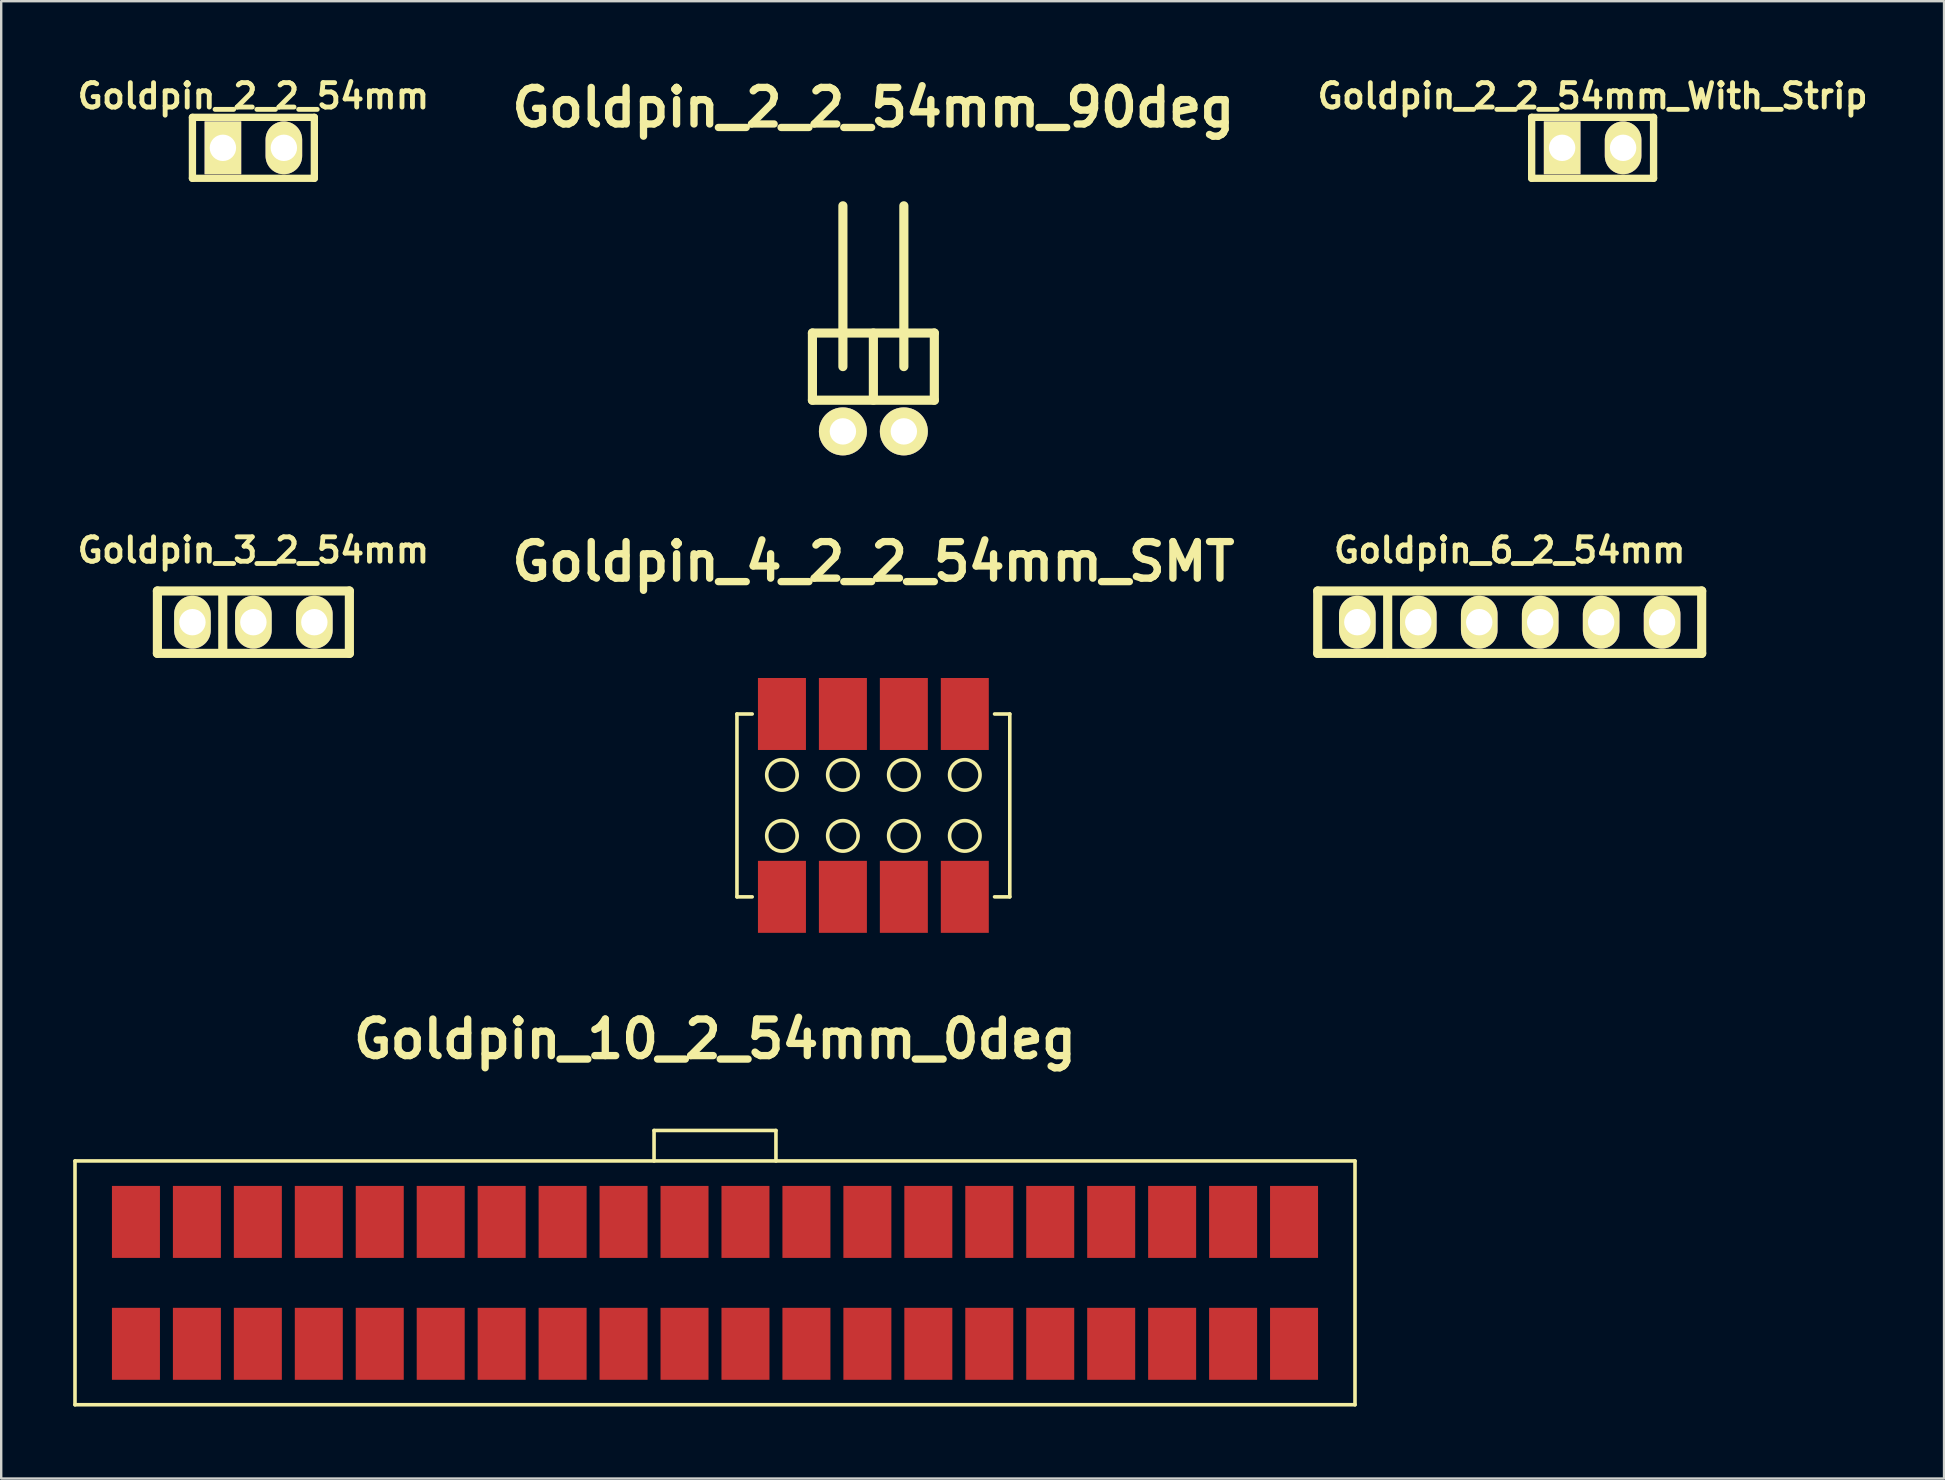
<source format=kicad_pcb>
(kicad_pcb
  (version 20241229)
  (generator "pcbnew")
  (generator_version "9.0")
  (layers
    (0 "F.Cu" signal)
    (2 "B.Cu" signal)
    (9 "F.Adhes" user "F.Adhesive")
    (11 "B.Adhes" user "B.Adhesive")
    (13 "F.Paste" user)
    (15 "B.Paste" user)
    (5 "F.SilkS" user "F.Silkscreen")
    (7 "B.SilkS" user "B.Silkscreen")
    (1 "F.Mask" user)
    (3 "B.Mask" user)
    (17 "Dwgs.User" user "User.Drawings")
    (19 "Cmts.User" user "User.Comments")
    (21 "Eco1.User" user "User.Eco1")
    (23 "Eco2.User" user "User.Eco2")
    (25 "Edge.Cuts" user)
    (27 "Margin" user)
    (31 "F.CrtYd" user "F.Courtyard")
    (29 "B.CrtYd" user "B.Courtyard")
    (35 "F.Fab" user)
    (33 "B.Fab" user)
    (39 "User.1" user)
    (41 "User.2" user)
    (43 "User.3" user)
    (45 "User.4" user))
  (footprint "Goldpin_4_2_2_54mm_SMT"
    (layer "F.Cu")
    (at 33.345 30.513)
    (property "Reference" "Goldpin_4_2_2_54mm_SMT" (at 0 -10.16 0) (layer "F.SilkS") (effects (font (size 1.524 1.524) (thickness 0.305))))
    (attr through_hole)
    (fp_line (start -5.685 -3.81) (end -5.685 3.81) (stroke (width 0.15) (type solid)) (layer "F.SilkS"))
    (fp_line (start -5.685 3.81) (end -5.05 3.81) (stroke (width 0.15) (type solid)) (layer "F.SilkS"))
    (fp_line (start -5.05 -3.81) (end -5.685 -3.81) (stroke (width 0.15) (type solid)) (layer "F.SilkS"))
    (fp_line (start 5.05 -3.81) (end 5.685 -3.81) (stroke (width 0.15) (type solid)) (layer "F.SilkS"))
    (fp_line (start 5.685 -3.81) (end 5.685 3.81) (stroke (width 0.15) (type solid)) (layer "F.SilkS"))
    (fp_line (start 5.685 3.81) (end 5.05 3.81) (stroke (width 0.15) (type solid)) (layer "F.SilkS"))
    (fp_circle (center -3.81 -1.27) (end -3.81 -0.635) (stroke (width 0.15) (type solid)) (fill no) (layer "F.SilkS"))
    (fp_circle (center -3.81 1.27) (end -3.81 1.905) (stroke (width 0.15) (type solid)) (fill no) (layer "F.SilkS"))
    (fp_circle (center -1.27 -1.27) (end -1.27 -0.635) (stroke (width 0.15) (type solid)) (fill no) (layer "F.SilkS"))
    (fp_circle (center -1.27 1.27) (end -1.27 1.905) (stroke (width 0.15) (type solid)) (fill no) (layer "F.SilkS"))
    (fp_circle (center 1.27 -1.27) (end 1.27 -0.635) (stroke (width 0.15) (type solid)) (fill no) (layer "F.SilkS"))
    (fp_circle (center 1.27 1.27) (end 1.27 1.905) (stroke (width 0.15) (type solid)) (fill no) (layer "F.SilkS"))
    (fp_circle (center 3.81 -1.27) (end 3.81 -0.635) (stroke (width 0.15) (type solid)) (fill no) (layer "F.SilkS"))
    (fp_circle (center 3.81 1.27) (end 3.81 1.905) (stroke (width 0.15) (type solid)) (fill no) (layer "F.SilkS"))
    (pad "1" smd rect (at -3.81 3.81) (size 2 3) (layers "F.Cu" "F.Mask" "F.Paste"))
    (pad "2" smd rect (at -3.81 -3.81) (size 2 3) (layers "F.Cu" "F.Mask" "F.Paste"))
    (pad "3" smd rect (at -1.27 3.81) (size 2 3) (layers "F.Cu" "F.Mask" "F.Paste"))
    (pad "4" smd rect (at -1.27 -3.81) (size 2 3) (layers "F.Cu" "F.Mask" "F.Paste"))
    (pad "5" smd rect (at 1.27 3.81) (size 2 3) (layers "F.Cu" "F.Mask" "F.Paste"))
    (pad "6" smd rect (at 1.27 -3.81) (size 2 3) (layers "F.Cu" "F.Mask" "F.Paste"))
    (pad "7" smd rect (at 3.81 3.81) (size 2 3) (layers "F.Cu" "F.Mask" "F.Paste"))
    (pad "8" smd rect (at 3.81 -3.81) (size 2 3) (layers "F.Cu" "F.Mask" "F.Paste")))
  (footprint "Goldpin_10_2_54mm_0deg"
    (layer "F.Cu")
    (at 26.745 50.409)
    (property "Reference" "Goldpin_10_2_54mm_0deg" (at 0 -10.16 0) (layer "F.SilkS") (effects (font (size 1.524 1.524) (thickness 0.305))))
    (attr through_hole)
    (fp_line (start -26.67 -5.08) (end 26.67 -5.08) (stroke (width 0.15) (type solid)) (layer "F.SilkS"))
    (fp_line (start -26.67 5.08) (end -26.67 -5.08) (stroke (width 0.15) (type solid)) (layer "F.SilkS"))
    (fp_line (start -2.54 -6.35) (end 2.54 -6.35) (stroke (width 0.15) (type solid)) (layer "F.SilkS"))
    (fp_line (start -2.54 -5.08) (end -2.54 -6.35) (stroke (width 0.15) (type solid)) (layer "F.SilkS"))
    (fp_line (start 2.54 -6.35) (end 2.54 -5.08) (stroke (width 0.15) (type solid)) (layer "F.SilkS"))
    (fp_line (start 26.67 -5.08) (end 26.67 5.08) (stroke (width 0.15) (type solid)) (layer "F.SilkS"))
    (fp_line (start 26.67 5.08) (end -26.67 5.08) (stroke (width 0.15) (type solid)) (layer "F.SilkS"))
    (pad "1" smd rect (at -24.13 2.54) (size 2 3) (layers "F.Cu" "F.Mask" "F.Paste"))
    (pad "2" smd rect (at -24.13 -2.54) (size 2 3) (layers "F.Cu" "F.Mask" "F.Paste"))
    (pad "3" smd rect (at -21.59 2.54) (size 2 3) (layers "F.Cu" "F.Mask" "F.Paste"))
    (pad "4" smd rect (at -21.59 -2.54) (size 2 3) (layers "F.Cu" "F.Mask" "F.Paste"))
    (pad "5" smd rect (at -19.05 2.54) (size 2 3) (layers "F.Cu" "F.Mask" "F.Paste"))
    (pad "6" smd rect (at -19.05 -2.54) (size 2 3) (layers "F.Cu" "F.Mask" "F.Paste"))
    (pad "7" smd rect (at -16.51 2.54) (size 2 3) (layers "F.Cu" "F.Mask" "F.Paste"))
    (pad "8" smd rect (at -16.51 -2.54) (size 2 3) (layers "F.Cu" "F.Mask" "F.Paste"))
    (pad "9" smd rect (at -13.97 2.54) (size 2 3) (layers "F.Cu" "F.Mask" "F.Paste"))
    (pad "10" smd rect (at -13.97 -2.54) (size 2 3) (layers "F.Cu" "F.Mask" "F.Paste"))
    (pad "11" smd rect (at -11.43 2.54) (size 2 3) (layers "F.Cu" "F.Mask" "F.Paste"))
    (pad "12" smd rect (at -11.43 -2.54) (size 2 3) (layers "F.Cu" "F.Mask" "F.Paste"))
    (pad "13" smd rect (at -8.89 2.54) (size 2 3) (layers "F.Cu" "F.Mask" "F.Paste"))
    (pad "14" smd rect (at -8.89 -2.54) (size 2 3) (layers "F.Cu" "F.Mask" "F.Paste"))
    (pad "15" smd rect (at -6.35 2.54) (size 2 3) (layers "F.Cu" "F.Mask" "F.Paste"))
    (pad "16" smd rect (at -6.35 -2.54) (size 2 3) (layers "F.Cu" "F.Mask" "F.Paste"))
    (pad "17" smd rect (at -3.81 2.54) (size 2 3) (layers "F.Cu" "F.Mask" "F.Paste"))
    (pad "18" smd rect (at -3.81 -2.54) (size 2 3) (layers "F.Cu" "F.Mask" "F.Paste"))
    (pad "19" smd rect (at -1.27 2.54) (size 2 3) (layers "F.Cu" "F.Mask" "F.Paste"))
    (pad "20" smd rect (at -1.27 -2.54) (size 2 3) (layers "F.Cu" "F.Mask" "F.Paste"))
    (pad "21" smd rect (at 1.27 2.54) (size 2 3) (layers "F.Cu" "F.Mask" "F.Paste"))
    (pad "22" smd rect (at 1.27 -2.54) (size 2 3) (layers "F.Cu" "F.Mask" "F.Paste"))
    (pad "23" smd rect (at 3.81 2.54) (size 2 3) (layers "F.Cu" "F.Mask" "F.Paste"))
    (pad "24" smd rect (at 3.81 -2.54) (size 2 3) (layers "F.Cu" "F.Mask" "F.Paste"))
    (pad "25" smd rect (at 6.35 2.54) (size 2 3) (layers "F.Cu" "F.Mask" "F.Paste"))
    (pad "26" smd rect (at 6.35 -2.54) (size 2 3) (layers "F.Cu" "F.Mask" "F.Paste"))
    (pad "27" smd rect (at 8.89 2.54) (size 2 3) (layers "F.Cu" "F.Mask" "F.Paste"))
    (pad "28" smd rect (at 8.89 -2.54) (size 2 3) (layers "F.Cu" "F.Mask" "F.Paste"))
    (pad "29" smd rect (at 11.43 2.54) (size 2 3) (layers "F.Cu" "F.Mask" "F.Paste"))
    (pad "30" smd rect (at 11.43 -2.54) (size 2 3) (layers "F.Cu" "F.Mask" "F.Paste"))
    (pad "31" smd rect (at 13.97 2.54) (size 2 3) (layers "F.Cu" "F.Mask" "F.Paste"))
    (pad "32" smd rect (at 13.97 -2.54) (size 2 3) (layers "F.Cu" "F.Mask" "F.Paste"))
    (pad "33" smd rect (at 16.51 2.54) (size 2 3) (layers "F.Cu" "F.Mask" "F.Paste"))
    (pad "34" smd rect (at 16.51 -2.54) (size 2 3) (layers "F.Cu" "F.Mask" "F.Paste"))
    (pad "35" smd rect (at 19.05 2.54) (size 2 3) (layers "F.Cu" "F.Mask" "F.Paste"))
    (pad "36" smd rect (at 19.05 -2.54) (size 2 3) (layers "F.Cu" "F.Mask" "F.Paste"))
    (pad "37" smd rect (at 21.59 2.54) (size 2 3) (layers "F.Cu" "F.Mask" "F.Paste"))
    (pad "38" smd rect (at 21.59 -2.54) (size 2 3) (layers "F.Cu" "F.Mask" "F.Paste"))
    (pad "39" smd rect (at 24.13 2.54) (size 2 3) (layers "F.Cu" "F.Mask" "F.Paste"))
    (pad "40" smd rect (at 24.13 -2.54) (size 2 3) (layers "F.Cu" "F.Mask" "F.Paste")))
  (footprint "Goldpin_2_2_54mm_90deg"
    (layer "F.Cu")
    (at 33.345 12.227)
    (property "Reference" "Goldpin_2_2_54mm_90deg" (at 0 -10.8 0) (layer "F.SilkS") (effects (font (size 1.524 1.524) (thickness 0.305))))
    (attr through_hole)
    (fp_line (start -2.54 -1.4) (end -2.54 1.4) (stroke (width 0.381) (type solid)) (layer "F.SilkS"))
    (fp_line (start -2.54 1.4) (end 2.54 1.4) (stroke (width 0.381) (type solid)) (layer "F.SilkS"))
    (fp_line (start -1.27 -6.701) (end -1.27 0) (stroke (width 0.381) (type solid)) (layer "F.SilkS"))
    (fp_line (start 0 -1.4) (end 0 1.4) (stroke (width 0.381) (type solid)) (layer "F.SilkS"))
    (fp_line (start 1.27 -6.701) (end 1.27 0) (stroke (width 0.381) (type solid)) (layer "F.SilkS"))
    (fp_line (start 2.54 -1.4) (end -2.54 -1.4) (stroke (width 0.381) (type solid)) (layer "F.SilkS"))
    (fp_line (start 2.54 -1.4) (end 2.54 1.4) (stroke (width 0.381) (type solid)) (layer "F.SilkS"))
    (pad "1" thru_hole circle (at -1.27 2.7) (size 1.999 1.999) (drill 1.1) (layers "*.Cu" "*.Mask" "F.SilkS"))
    (pad "2" thru_hole circle (at 1.27 2.7) (size 1.999 1.999) (drill 1.1) (layers "*.Cu" "*.Mask" "F.SilkS")))
  (footprint "Goldpin_6_2_54mm"
    (layer "F.Cu")
    (at 59.862 22.877)
    (property "Reference" "Goldpin_6_2_54mm" (at 0 -3 0) (layer "F.SilkS") (effects (font (size 1.016 1.016) (thickness 0.203))))
    (attr through_hole)
    (fp_line (start -8 -1.3) (end -8 1.3) (stroke (width 0.381) (type solid)) (layer "F.SilkS"))
    (fp_line (start -8 1.3) (end 8 1.3) (stroke (width 0.381) (type solid)) (layer "F.SilkS"))
    (fp_line (start -5.085 -1.225) (end -5.085 1.275) (stroke (width 0.381) (type solid)) (layer "F.SilkS"))
    (fp_line (start 8 -1.3) (end -8 -1.3) (stroke (width 0.381) (type solid)) (layer "F.SilkS"))
    (fp_line (start 8 1.3) (end 8 -1.3) (stroke (width 0.381) (type solid)) (layer "F.SilkS"))
    (pad "1" thru_hole oval (at -6.35 0) (size 1.524 2.2) (drill 1.1) (layers "*.Cu" "*.Mask" "F.SilkS"))
    (pad "2" thru_hole oval (at -3.81 0) (size 1.524 2.2) (drill 1.1) (layers "*.Cu" "*.Mask" "F.SilkS"))
    (pad "3" thru_hole oval (at -1.27 0) (size 1.524 2.2) (drill 1.1) (layers "*.Cu" "*.Mask" "F.SilkS"))
    (pad "4" thru_hole oval (at 1.27 0) (size 1.524 2.2) (drill 1.1) (layers "*.Cu" "*.Mask" "F.SilkS"))
    (pad "5" thru_hole oval (at 3.81 0) (size 1.524 2.2) (drill 1.1) (layers "*.Cu" "*.Mask" "F.SilkS"))
    (pad "6" thru_hole oval (at 6.35 0) (size 1.524 2.2) (drill 1.1) (layers "*.Cu" "*.Mask" "F.SilkS")))
  (footprint "Goldpin_3_2_54mm"
    (layer "F.Cu")
    (at 7.509 22.877)
    (property "Reference" "Goldpin_3_2_54mm" (at 0 -3 0) (layer "F.SilkS") (effects (font (size 1.016 1.016) (thickness 0.203))))
    (attr through_hole)
    (fp_line (start -4 -1.3) (end -4 1.3) (stroke (width 0.381) (type solid)) (layer "F.SilkS"))
    (fp_line (start -4 1.3) (end 4 1.3) (stroke (width 0.381) (type solid)) (layer "F.SilkS"))
    (fp_line (start -1.275 -1.245) (end -1.275 1.255) (stroke (width 0.381) (type solid)) (layer "F.SilkS"))
    (fp_line (start 4 -1.3) (end -4 -1.3) (stroke (width 0.381) (type solid)) (layer "F.SilkS"))
    (fp_line (start 4 1.3) (end 4 -1.3) (stroke (width 0.381) (type solid)) (layer "F.SilkS"))
    (pad "1" thru_hole oval (at -2.54 0) (size 1.524 2.2) (drill 1.1) (layers "*.Cu" "*.Mask" "F.SilkS"))
    (pad "2" thru_hole oval (at 0 0) (size 1.524 2.2) (drill 1.1) (layers "*.Cu" "*.Mask" "F.SilkS"))
    (pad "3" thru_hole oval (at 2.54 0) (size 1.524 2.2) (drill 1.1) (layers "*.Cu" "*.Mask" "F.SilkS")))
  (footprint "Goldpin_2_2_54mm"
    (layer "F.Cu")
    (at 7.509 3.11)
    (property "Reference" "Goldpin_2_2_54mm" (at 0 -2.159 0) (layer "F.SilkS") (effects (font (size 1.016 1.016) (thickness 0.203))))
    (attr through_hole)
    (fp_line (start -2.54 -1.27) (end 2.54 -1.27) (stroke (width 0.305) (type solid)) (layer "F.SilkS"))
    (fp_line (start -2.54 1.27) (end -2.54 -1.27) (stroke (width 0.305) (type solid)) (layer "F.SilkS"))
    (fp_line (start 2.54 -1.27) (end 2.54 1.27) (stroke (width 0.305) (type solid)) (layer "F.SilkS"))
    (fp_line (start 2.54 1.27) (end -2.54 1.27) (stroke (width 0.305) (type solid)) (layer "F.SilkS"))
    (pad "1" thru_hole rect (at -1.27 0) (size 1.524 2.2) (drill 1.1) (layers "*.Cu" "*.Mask" "F.SilkS"))
    (pad "2" thru_hole oval (at 1.27 0) (size 1.524 2.2) (drill 1.1) (layers "*.Cu" "*.Mask" "F.SilkS")))
  (footprint "Goldpin_2_2_54mm_With_Strip"
    (layer "F.Cu")
    (at 63.317 3.11)
    (property "Reference" "Goldpin_2_2_54mm_With_Strip" (at 0 -2.159 0) (layer "F.SilkS") (effects (font (size 1.016 1.016) (thickness 0.203))))
    (attr through_hole)
    (fp_line (start -2.54 -1.27) (end 2.54 -1.27) (stroke (width 0.305) (type solid)) (layer "F.SilkS"))
    (fp_line (start -2.54 1.27) (end -2.54 -1.27) (stroke (width 0.305) (type solid)) (layer "F.SilkS"))
    (fp_line (start 2.54 -1.27) (end 2.54 1.27) (stroke (width 0.305) (type solid)) (layer "F.SilkS"))
    (fp_line (start 2.54 1.27) (end -2.54 1.27) (stroke (width 0.305) (type solid)) (layer "F.SilkS"))
    (pad "1" thru_hole rect (at -1.27 0) (size 1.524 2.2) (drill 1.1) (layers "*.Cu" "*.Mask" "F.SilkS"))
    (pad "2" thru_hole oval (at 1.27 0) (size 1.524 2.2) (drill 1.1) (layers "*.Cu" "*.Mask" "F.SilkS")))
  (gr_rect
    (start -3 -3)
    (end 77.962 58.564)
    (stroke (width 0.1) (type default))
    (fill no)
    (layer "Edge.Cuts")))
</source>
